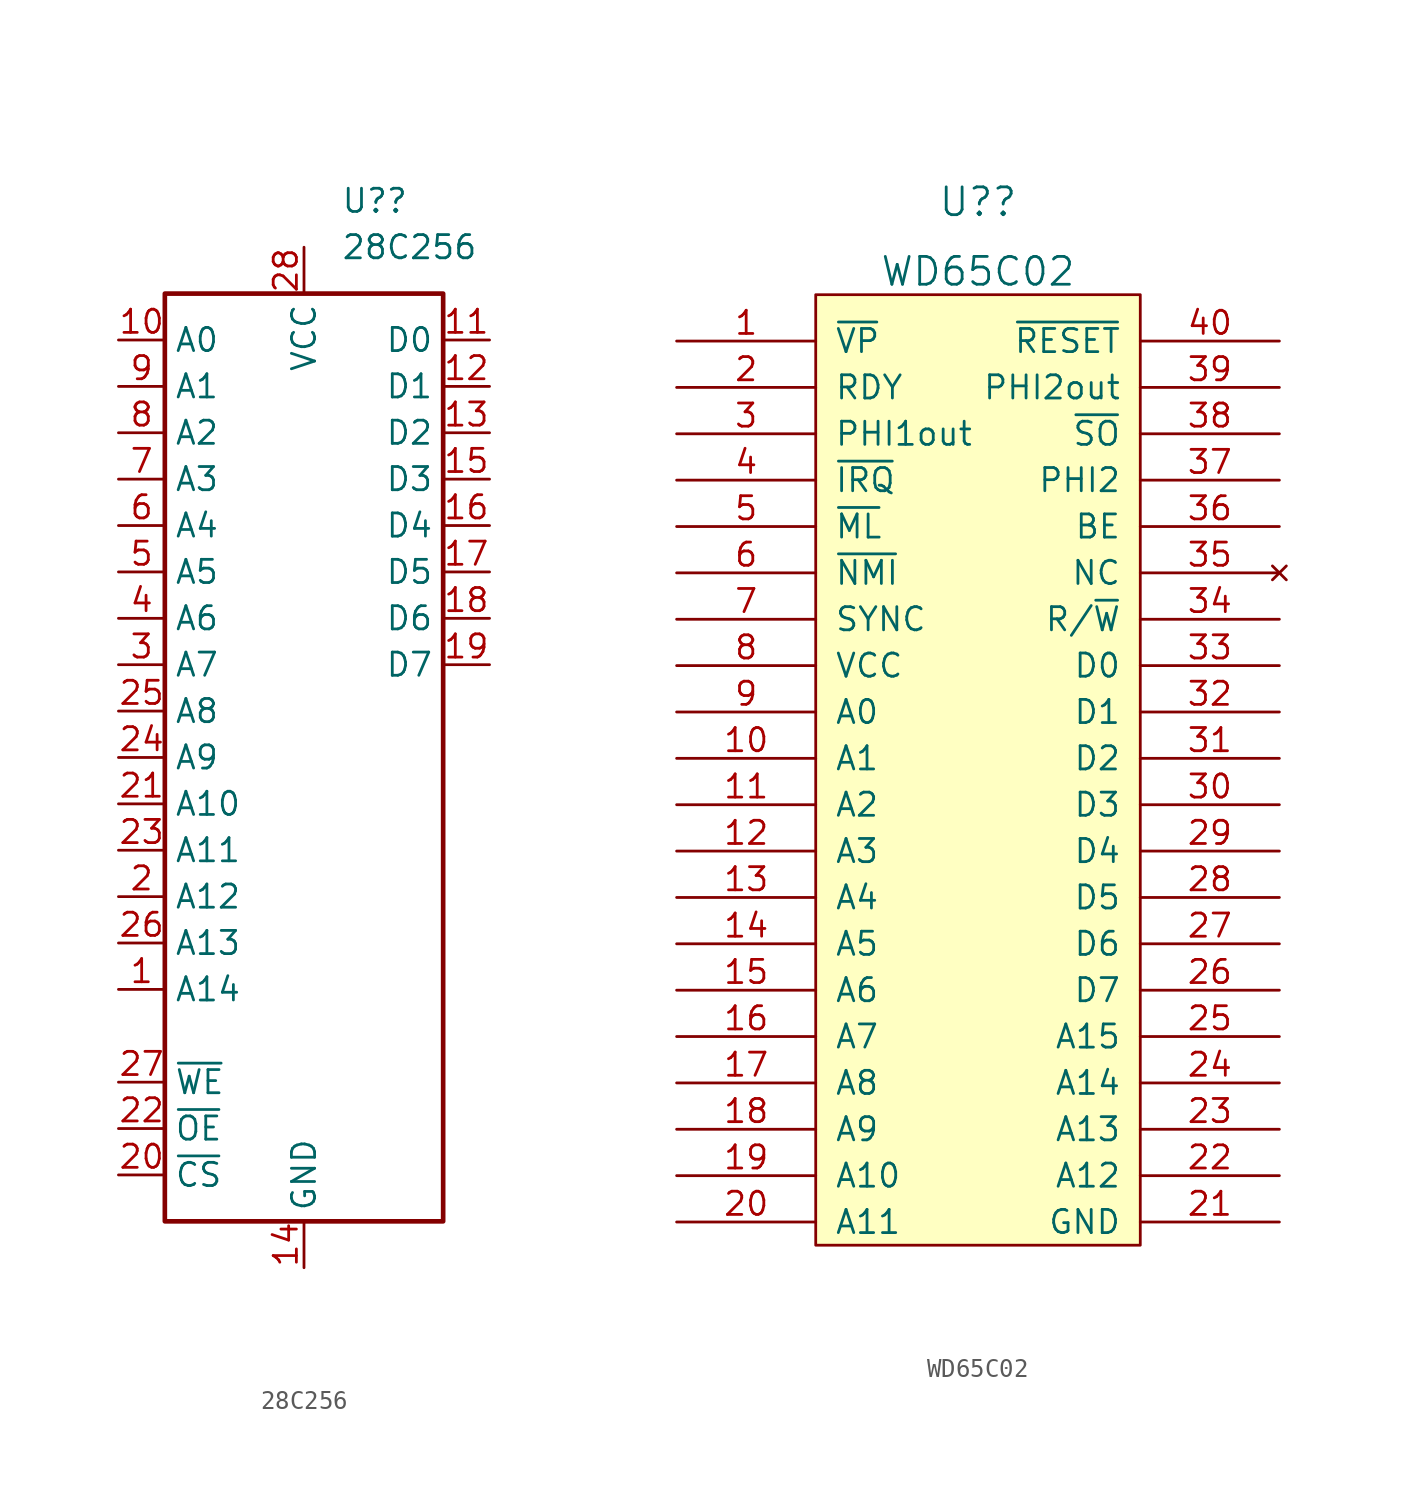
<source format=kicad_sym>
(kicad_symbol_lib
  (version 20211014)
  (generator kicad_symbol_editor)
  (symbol "28C256"
    (property "Reference" "U?"
      (at 2.019 30.48 0)
      (effects (font (size 1.27 1.27)) (justify left)))
    (property "Value" "28C256"
      (at 2.019 27.94 0)
      (effects (font (size 1.27 1.27)) (justify left)))
    (symbol "28C256_1_1"
      (rectangle (start -7.62 25.4) (end 7.62 -25.4) (stroke (width 0.254) (type default) (color 0 0 0 0)) (fill (type none)))
      (pin input line (at -10.16 -12.7 0) (length 2.54) (name "A14" (effects (font (size 1.27 1.27)))) (number "1" (effects (font (size 1.27 1.27)))))
      (pin input line (at -10.16 22.86 0) (length 2.54) (name "A0" (effects (font (size 1.27 1.27)))) (number "10" (effects (font (size 1.27 1.27)))))
      (pin tri_state line (at 10.16 22.86 180) (length 2.54) (name "D0" (effects (font (size 1.27 1.27)))) (number "11" (effects (font (size 1.27 1.27)))))
      (pin tri_state line (at 10.16 20.32 180) (length 2.54) (name "D1" (effects (font (size 1.27 1.27)))) (number "12" (effects (font (size 1.27 1.27)))))
      (pin tri_state line (at 10.16 17.78 180) (length 2.54) (name "D2" (effects (font (size 1.27 1.27)))) (number "13" (effects (font (size 1.27 1.27)))))
      (pin power_in line (at 0 -27.94 90) (length 2.54) (name "GND" (effects (font (size 1.27 1.27)))) (number "14" (effects (font (size 1.27 1.27)))))
      (pin tri_state line (at 10.16 15.24 180) (length 2.54) (name "D3" (effects (font (size 1.27 1.27)))) (number "15" (effects (font (size 1.27 1.27)))))
      (pin tri_state line (at 10.16 12.7 180) (length 2.54) (name "D4" (effects (font (size 1.27 1.27)))) (number "16" (effects (font (size 1.27 1.27)))))
      (pin tri_state line (at 10.16 10.16 180) (length 2.54) (name "D5" (effects (font (size 1.27 1.27)))) (number "17" (effects (font (size 1.27 1.27)))))
      (pin tri_state line (at 10.16 7.62 180) (length 2.54) (name "D6" (effects (font (size 1.27 1.27)))) (number "18" (effects (font (size 1.27 1.27)))))
      (pin tri_state line (at 10.16 5.08 180) (length 2.54) (name "D7" (effects (font (size 1.27 1.27)))) (number "19" (effects (font (size 1.27 1.27)))))
      (pin input line (at -10.16 -7.62 0) (length 2.54) (name "A12" (effects (font (size 1.27 1.27)))) (number "2" (effects (font (size 1.27 1.27)))))
      (pin input line (at -10.16 -22.86 0) (length 2.54) (name "~{CS}" (effects (font (size 1.27 1.27)))) (number "20" (effects (font (size 1.27 1.27)))))
      (pin input line (at -10.16 -2.54 0) (length 2.54) (name "A10" (effects (font (size 1.27 1.27)))) (number "21" (effects (font (size 1.27 1.27)))))
      (pin input line (at -10.16 -20.32 0) (length 2.54) (name "~{OE}" (effects (font (size 1.27 1.27)))) (number "22" (effects (font (size 1.27 1.27)))))
      (pin input line (at -10.16 -5.08 0) (length 2.54) (name "A11" (effects (font (size 1.27 1.27)))) (number "23" (effects (font (size 1.27 1.27)))))
      (pin input line (at -10.16 0 0) (length 2.54) (name "A9" (effects (font (size 1.27 1.27)))) (number "24" (effects (font (size 1.27 1.27)))))
      (pin input line (at -10.16 2.54 0) (length 2.54) (name "A8" (effects (font (size 1.27 1.27)))) (number "25" (effects (font (size 1.27 1.27)))))
      (pin input line (at -10.16 -10.16 0) (length 2.54) (name "A13" (effects (font (size 1.27 1.27)))) (number "26" (effects (font (size 1.27 1.27)))))
      (pin input line (at -10.16 -17.78 0) (length 2.54) (name "~{WE}" (effects (font (size 1.27 1.27)))) (number "27" (effects (font (size 1.27 1.27)))))
      (pin power_in line (at 0 27.94 270) (length 2.54) (name "VCC" (effects (font (size 1.27 1.27)))) (number "28" (effects (font (size 1.27 1.27)))))
      (pin input line (at -10.16 5.08 0) (length 2.54) (name "A7" (effects (font (size 1.27 1.27)))) (number "3" (effects (font (size 1.27 1.27)))))
      (pin input line (at -10.16 7.62 0) (length 2.54) (name "A6" (effects (font (size 1.27 1.27)))) (number "4" (effects (font (size 1.27 1.27)))))
      (pin input line (at -10.16 10.16 0) (length 2.54) (name "A5" (effects (font (size 1.27 1.27)))) (number "5" (effects (font (size 1.27 1.27)))))
      (pin input line (at -10.16 12.7 0) (length 2.54) (name "A4" (effects (font (size 1.27 1.27)))) (number "6" (effects (font (size 1.27 1.27)))))
      (pin input line (at -10.16 15.24 0) (length 2.54) (name "A3" (effects (font (size 1.27 1.27)))) (number "7" (effects (font (size 1.27 1.27)))))
      (pin input line (at -10.16 17.78 0) (length 2.54) (name "A2" (effects (font (size 1.27 1.27)))) (number "8" (effects (font (size 1.27 1.27)))))
      (pin input line (at -10.16 20.32 0) (length 2.54) (name "A1" (effects (font (size 1.27 1.27)))) (number "9" (effects (font (size 1.27 1.27)))))))
  (symbol "WD65C02"
    (pin_names
      (offset 1.016))
    (property "Reference" "U?"
      (at 0 30.48 0)
      (effects (font (size 1.524 1.524))))
    (property "Value" "WD65C02"
      (at 0 26.67 0)
      (effects (font (size 1.524 1.524))))
    (property "Footprint" ""
      (at -12.7 5.08 0)
      (effects (font (size 1.524 1.524))))
    (property "Datasheet" ""
      (at -12.7 5.08 0)
      (effects (font (size 1.524 1.524))))
    (symbol "WD65C02_0_1"
      (rectangle (start -8.89 25.4) (end 8.89 -26.67) (stroke (width 0) (type default) (color 0 0 0 0)) (fill (type background))))
    (symbol "WD65C02_1_1"
      (pin output line (at -16.51 22.86 0) (length 7.62) (name "~{VP}" (effects (font (size 1.27 1.27)))) (number "1" (effects (font (size 1.27 1.27)))))
      (pin output line (at -16.51 0 0) (length 7.62) (name "A1" (effects (font (size 1.27 1.27)))) (number "10" (effects (font (size 1.27 1.27)))))
      (pin output line (at -16.51 -2.54 0) (length 7.62) (name "A2" (effects (font (size 1.27 1.27)))) (number "11" (effects (font (size 1.27 1.27)))))
      (pin output line (at -16.51 -5.08 0) (length 7.62) (name "A3" (effects (font (size 1.27 1.27)))) (number "12" (effects (font (size 1.27 1.27)))))
      (pin output line (at -16.51 -7.62 0) (length 7.62) (name "A4" (effects (font (size 1.27 1.27)))) (number "13" (effects (font (size 1.27 1.27)))))
      (pin output line (at -16.51 -10.16 0) (length 7.62) (name "A5" (effects (font (size 1.27 1.27)))) (number "14" (effects (font (size 1.27 1.27)))))
      (pin output line (at -16.51 -12.7 0) (length 7.62) (name "A6" (effects (font (size 1.27 1.27)))) (number "15" (effects (font (size 1.27 1.27)))))
      (pin output line (at -16.51 -15.24 0) (length 7.62) (name "A7" (effects (font (size 1.27 1.27)))) (number "16" (effects (font (size 1.27 1.27)))))
      (pin output line (at -16.51 -17.78 0) (length 7.62) (name "A8" (effects (font (size 1.27 1.27)))) (number "17" (effects (font (size 1.27 1.27)))))
      (pin output line (at -16.51 -20.32 0) (length 7.62) (name "A9" (effects (font (size 1.27 1.27)))) (number "18" (effects (font (size 1.27 1.27)))))
      (pin output line (at -16.51 -22.86 0) (length 7.62) (name "A10" (effects (font (size 1.27 1.27)))) (number "19" (effects (font (size 1.27 1.27)))))
      (pin bidirectional line (at -16.51 20.32 0) (length 7.62) (name "RDY" (effects (font (size 1.27 1.27)))) (number "2" (effects (font (size 1.27 1.27)))))
      (pin output line (at -16.51 -25.4 0) (length 7.62) (name "A11" (effects (font (size 1.27 1.27)))) (number "20" (effects (font (size 1.27 1.27)))))
      (pin power_in line (at 16.51 -25.4 180) (length 7.62) (name "GND" (effects (font (size 1.27 1.27)))) (number "21" (effects (font (size 1.27 1.27)))))
      (pin output line (at 16.51 -22.86 180) (length 7.62) (name "A12" (effects (font (size 1.27 1.27)))) (number "22" (effects (font (size 1.27 1.27)))))
      (pin output line (at 16.51 -20.32 180) (length 7.62) (name "A13" (effects (font (size 1.27 1.27)))) (number "23" (effects (font (size 1.27 1.27)))))
      (pin output line (at 16.51 -17.78 180) (length 7.62) (name "A14" (effects (font (size 1.27 1.27)))) (number "24" (effects (font (size 1.27 1.27)))))
      (pin output line (at 16.51 -15.24 180) (length 7.62) (name "A15" (effects (font (size 1.27 1.27)))) (number "25" (effects (font (size 1.27 1.27)))))
      (pin tri_state line (at 16.51 -12.7 180) (length 7.62) (name "D7" (effects (font (size 1.27 1.27)))) (number "26" (effects (font (size 1.27 1.27)))))
      (pin tri_state line (at 16.51 -10.16 180) (length 7.62) (name "D6" (effects (font (size 1.27 1.27)))) (number "27" (effects (font (size 1.27 1.27)))))
      (pin tri_state line (at 16.51 -7.62 180) (length 7.62) (name "D5" (effects (font (size 1.27 1.27)))) (number "28" (effects (font (size 1.27 1.27)))))
      (pin tri_state line (at 16.51 -5.08 180) (length 7.62) (name "D4" (effects (font (size 1.27 1.27)))) (number "29" (effects (font (size 1.27 1.27)))))
      (pin output line (at -16.51 17.78 0) (length 7.62) (name "PHI1out" (effects (font (size 1.27 1.27)))) (number "3" (effects (font (size 1.27 1.27)))))
      (pin tri_state line (at 16.51 -2.54 180) (length 7.62) (name "D3" (effects (font (size 1.27 1.27)))) (number "30" (effects (font (size 1.27 1.27)))))
      (pin tri_state line (at 16.51 0 180) (length 7.62) (name "D2" (effects (font (size 1.27 1.27)))) (number "31" (effects (font (size 1.27 1.27)))))
      (pin tri_state line (at 16.51 2.54 180) (length 7.62) (name "D1" (effects (font (size 1.27 1.27)))) (number "32" (effects (font (size 1.27 1.27)))))
      (pin tri_state line (at 16.51 5.08 180) (length 7.62) (name "D0" (effects (font (size 1.27 1.27)))) (number "33" (effects (font (size 1.27 1.27)))))
      (pin output line (at 16.51 7.62 180) (length 7.62) (name "R/~{W}" (effects (font (size 1.27 1.27)))) (number "34" (effects (font (size 1.27 1.27)))))
      (pin no_connect line (at 16.51 10.16 180) (length 7.62) (name "NC" (effects (font (size 1.27 1.27)))) (number "35" (effects (font (size 1.27 1.27)))))
      (pin input line (at 16.51 12.7 180) (length 7.62) (name "BE" (effects (font (size 1.27 1.27)))) (number "36" (effects (font (size 1.27 1.27)))))
      (pin input line (at 16.51 15.24 180) (length 7.62) (name "PHI2" (effects (font (size 1.27 1.27)))) (number "37" (effects (font (size 1.27 1.27)))))
      (pin output line (at 16.51 17.78 180) (length 7.62) (name "~{SO}" (effects (font (size 1.27 1.27)))) (number "38" (effects (font (size 1.27 1.27)))))
      (pin output line (at 16.51 20.32 180) (length 7.62) (name "PHI2out" (effects (font (size 1.27 1.27)))) (number "39" (effects (font (size 1.27 1.27)))))
      (pin input line (at -16.51 15.24 0) (length 7.62) (name "~{IRQ}" (effects (font (size 1.27 1.27)))) (number "4" (effects (font (size 1.27 1.27)))))
      (pin input line (at 16.51 22.86 180) (length 7.62) (name "~{RESET}" (effects (font (size 1.27 1.27)))) (number "40" (effects (font (size 1.27 1.27)))))
      (pin output line (at -16.51 12.7 0) (length 7.62) (name "~{ML}" (effects (font (size 1.27 1.27)))) (number "5" (effects (font (size 1.27 1.27)))))
      (pin input line (at -16.51 10.16 0) (length 7.62) (name "~{NMI}" (effects (font (size 1.27 1.27)))) (number "6" (effects (font (size 1.27 1.27)))))
      (pin output line (at -16.51 7.62 0) (length 7.62) (name "SYNC" (effects (font (size 1.27 1.27)))) (number "7" (effects (font (size 1.27 1.27)))))
      (pin power_in line (at -16.51 5.08 0) (length 7.62) (name "VCC" (effects (font (size 1.27 1.27)))) (number "8" (effects (font (size 1.27 1.27)))))
      (pin output line (at -16.51 2.54 0) (length 7.62) (name "A0" (effects (font (size 1.27 1.27)))) (number "9" (effects (font (size 1.27 1.27))))))))
</source>
